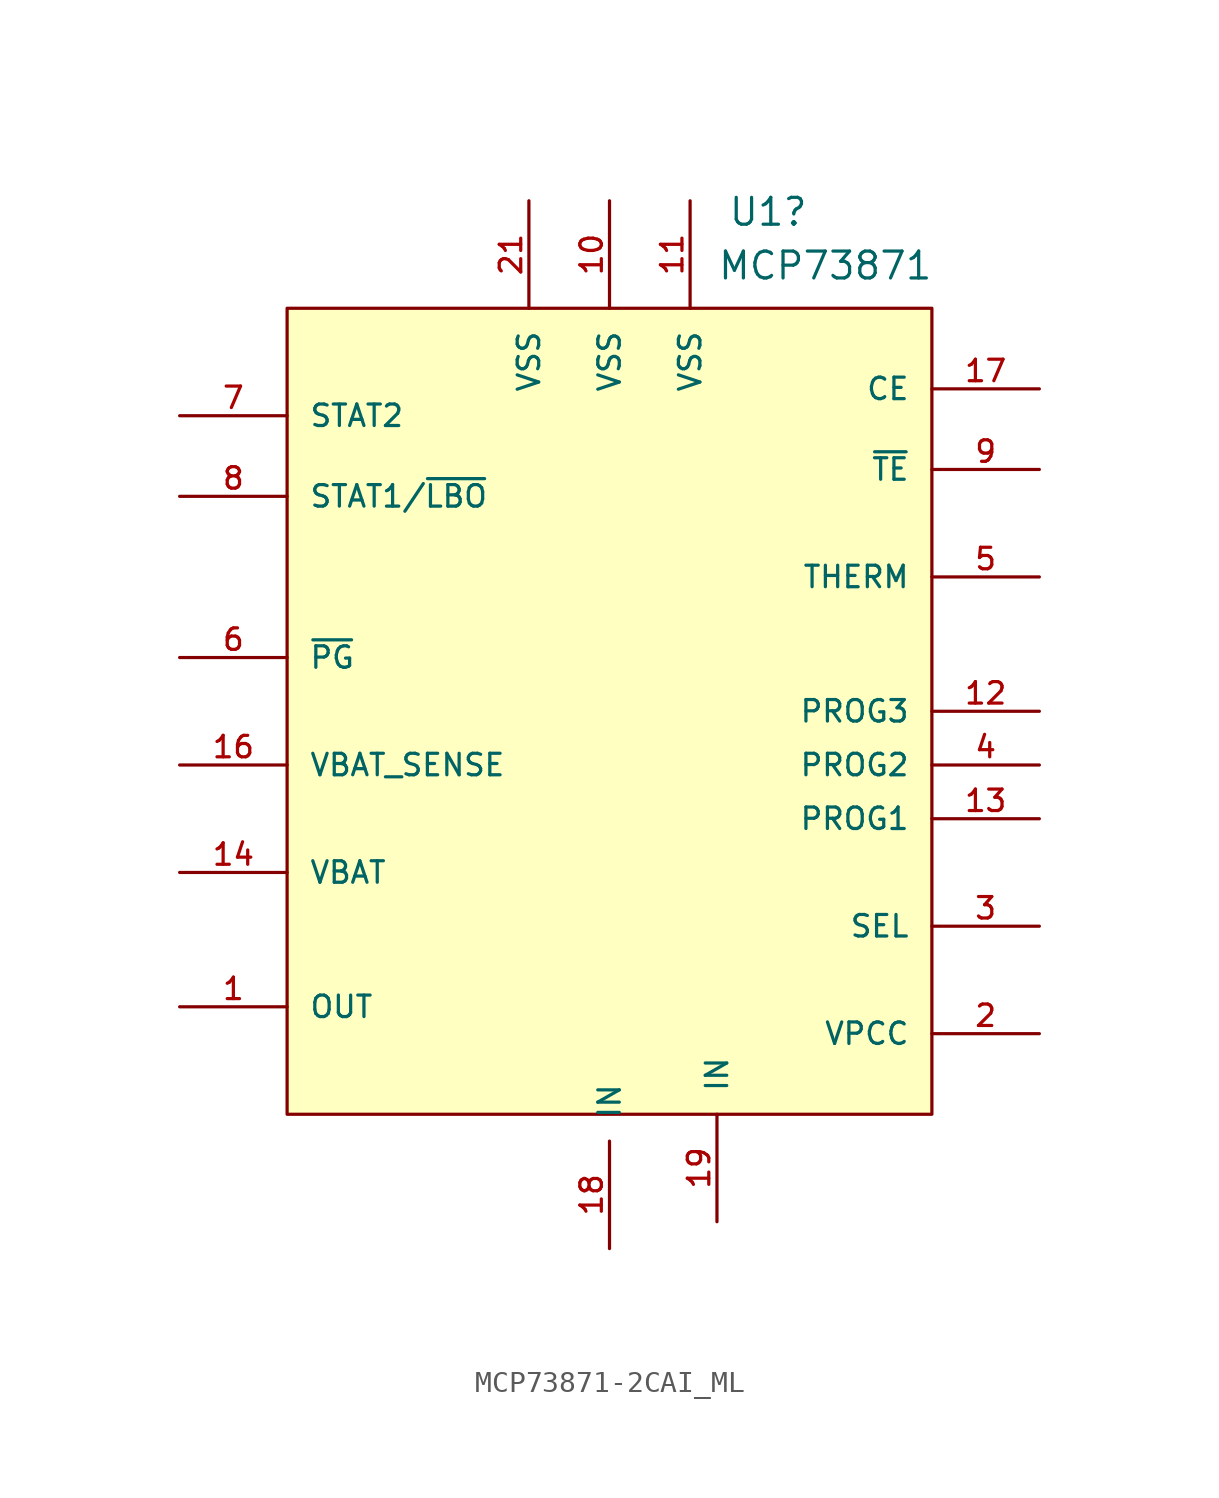
<source format=kicad_sym>
(kicad_symbol_lib
  (version 20241209)
  (generator "kicad_symbol_editor")
  (generator_version "9.0")
  (symbol "MCP73871-2CAI_ML"
    (pin_names
      (offset 1.016))
    (property "Reference" "U1"
      (at 5.588 21.59 0)
      (effects (font (size 1.27 1.27)) (justify left bottom)))
    (property "Value" "MCP73871"
      (at 5.08 19.05 0)
      (effects (font (size 1.27 1.27)) (justify left bottom)))
    (symbol "MCP73871-2CAI_ML_0_0"
      (rectangle (start -15.24 17.78) (end 15.24 -20.32) (stroke (width 0.152) (type default)) (fill (type background)))
      (pin output line (at -20.32 12.7 0) (length 5.08) (name "STAT2" (effects (font (size 1.016 1.016)))) (number "7" (effects (font (size 1.016 1.016)))))
      (pin output line (at -20.32 8.89 0) (length 5.08) (name "STAT1/~{LBO}" (effects (font (size 1.016 1.016)))) (number "8" (effects (font (size 1.016 1.016)))))
      (pin output line (at -20.32 1.27 0) (length 5.08) (name "~{PG}" (effects (font (size 1.016 1.016)))) (number "6" (effects (font (size 1.016 1.016)))))
      (pin bidirectional line (at -20.32 -3.81 0) (length 5.08) (name "VBAT_SENSE" (effects (font (size 1.016 1.016)))) (number "16" (effects (font (size 1.016 1.016)))))
      (pin bidirectional line (at -20.32 -8.89 0) (length 5.08) (name "VBAT" (effects (font (size 1.016 1.016)))) (number "14" (effects (font (size 1.016 1.016)))))
      (pin bidirectional line (at -20.32 -11.43 0) (length 5.08) (hide yes) (name "VBAT" (effects (font (size 1.016 1.016)))) (number "15" (effects (font (size 1.016 1.016)))))
      (pin output line (at -20.32 -15.24 0) (length 5.08) (name "OUT" (effects (font (size 1.016 1.016)))) (number "1" (effects (font (size 1.016 1.016)))))
      (pin output line (at -20.32 -17.78 0) (length 5.08) (hide yes) (name "OUT" (effects (font (size 1.016 1.016)))) (number "20" (effects (font (size 1.016 1.016)))))
      (pin power_in line (at -3.81 22.86 270) (length 5.08) (name "VSS" (effects (font (size 1.016 1.016)))) (number "21" (effects (font (size 1.016 1.016)))))
      (pin power_in line (at 0 22.86 270) (length 5.08) (name "VSS" (effects (font (size 1.016 1.016)))) (number "10" (effects (font (size 1.016 1.016)))))
      (pin input line (at 0 -26.67 90) (length 5.08) (name "IN" (effects (font (size 1.016 1.016)))) (number "18" (effects (font (size 1.016 1.016)))))
      (pin power_in line (at 3.81 22.86 270) (length 5.08) (name "VSS" (effects (font (size 1.016 1.016)))) (number "11" (effects (font (size 1.016 1.016)))))
      (pin input line (at 5.08 -25.4 90) (length 5.08) (name "IN" (effects (font (size 1.016 1.016)))) (number "19" (effects (font (size 1.016 1.016)))))
      (pin input line (at 20.32 13.97 180) (length 5.08) (name "CE" (effects (font (size 1.016 1.016)))) (number "17" (effects (font (size 1.016 1.016)))))
      (pin input line (at 20.32 10.16 180) (length 5.08) (name "~{TE}" (effects (font (size 1.016 1.016)))) (number "9" (effects (font (size 1.016 1.016)))))
      (pin bidirectional line (at 20.32 5.08 180) (length 5.08) (name "THERM" (effects (font (size 1.016 1.016)))) (number "5" (effects (font (size 1.016 1.016)))))
      (pin bidirectional line (at 20.32 -1.27 180) (length 5.08) (name "PROG3" (effects (font (size 1.016 1.016)))) (number "12" (effects (font (size 1.016 1.016)))))
      (pin input line (at 20.32 -3.81 180) (length 5.08) (name "PROG2" (effects (font (size 1.016 1.016)))) (number "4" (effects (font (size 1.016 1.016)))))
      (pin bidirectional line (at 20.32 -6.35 180) (length 5.08) (name "PROG1" (effects (font (size 1.016 1.016)))) (number "13" (effects (font (size 1.016 1.016)))))
      (pin input line (at 20.32 -11.43 180) (length 5.08) (name "SEL" (effects (font (size 1.016 1.016)))) (number "3" (effects (font (size 1.016 1.016)))))
      (pin input line (at 20.32 -16.51 180) (length 5.08) (name "VPCC" (effects (font (size 1.016 1.016)))) (number "2" (effects (font (size 1.016 1.016))))))))
</source>
